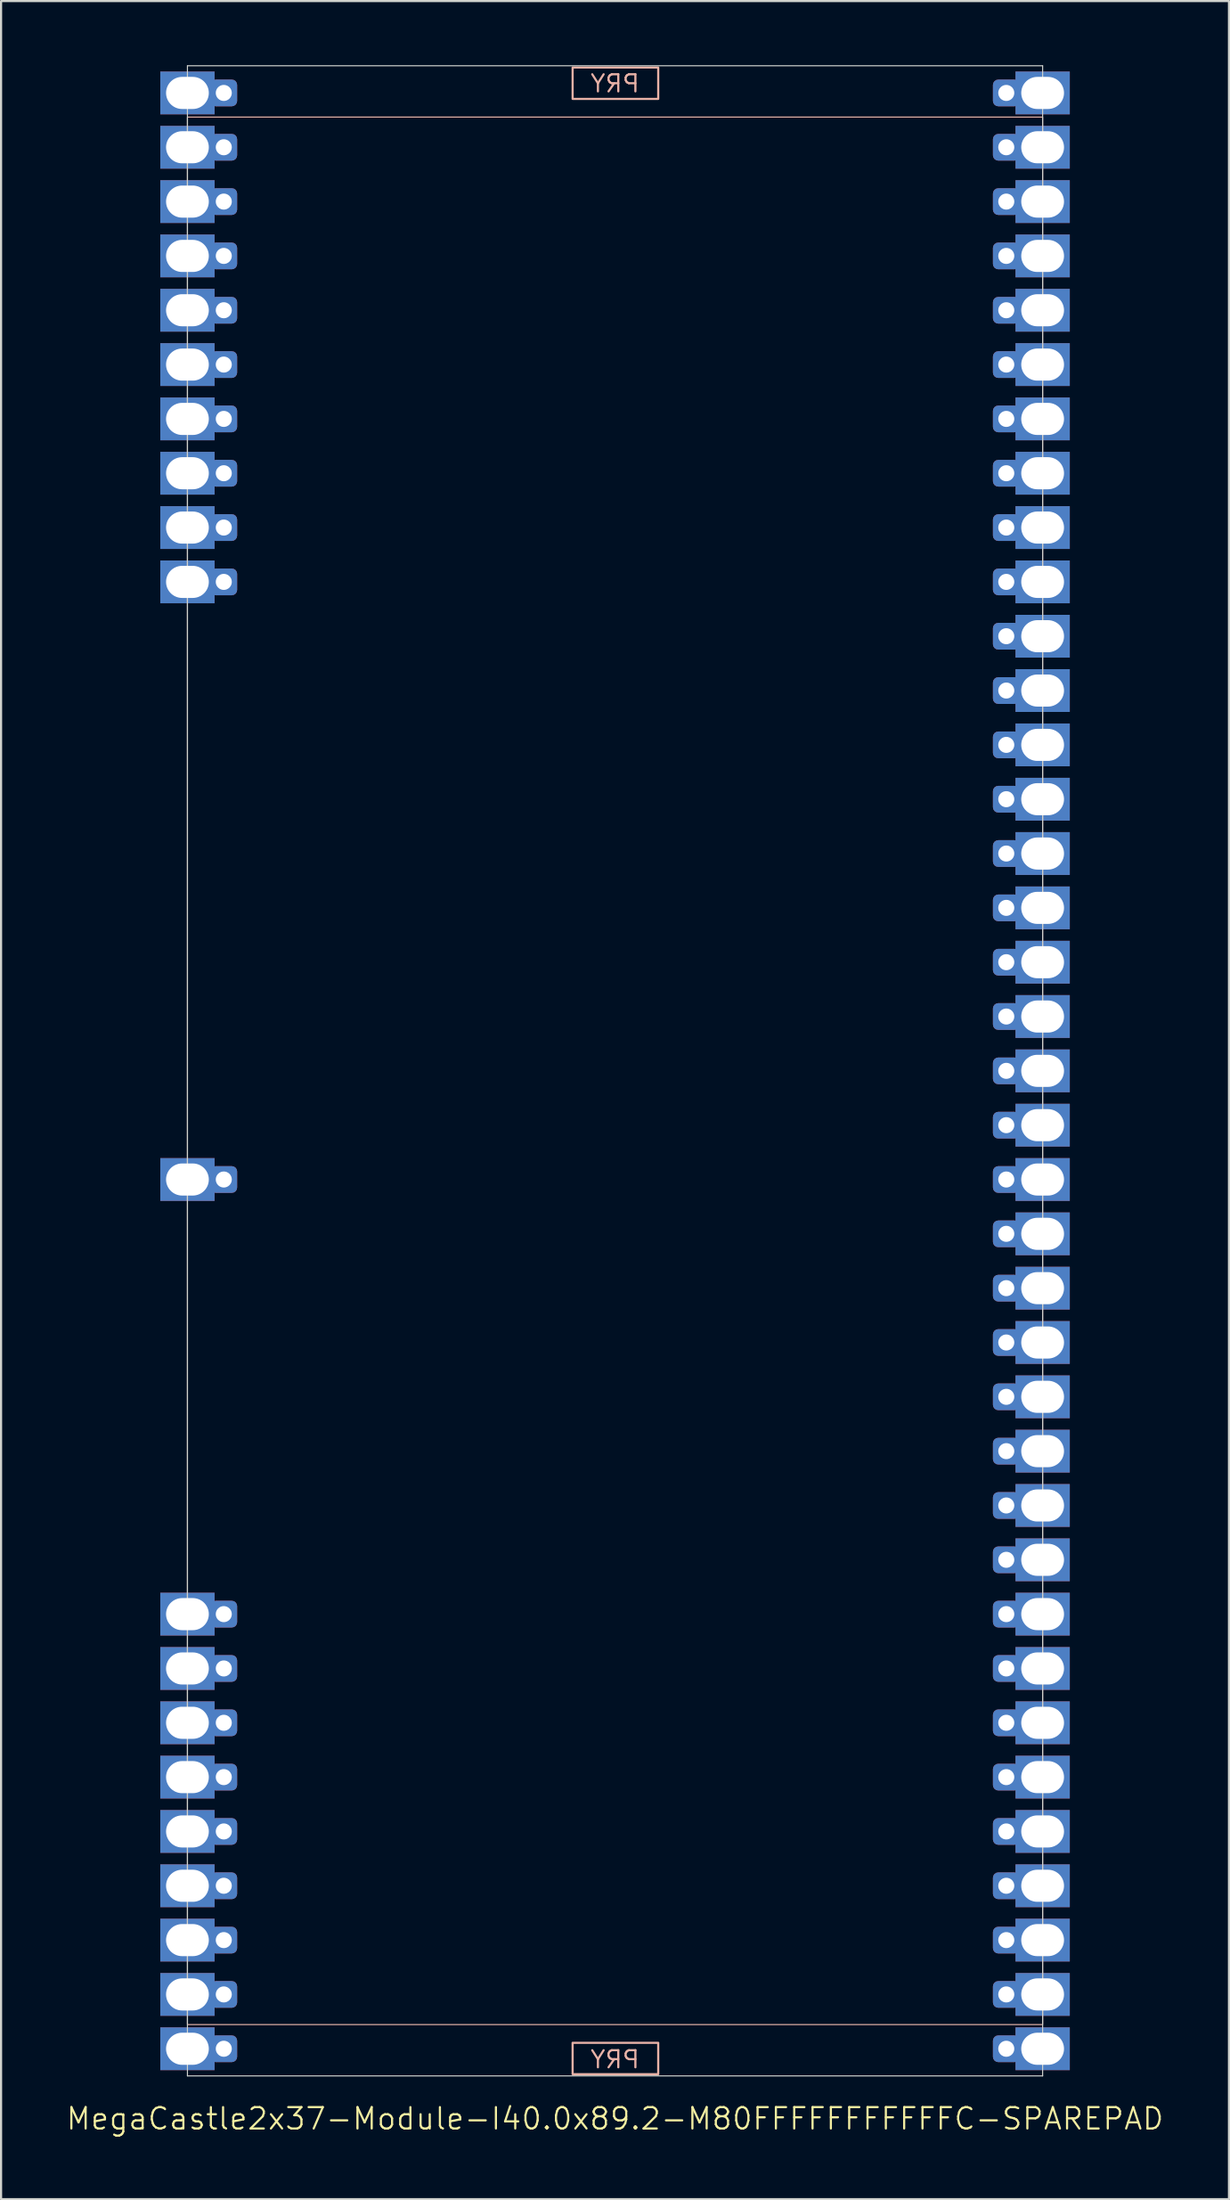
<source format=kicad_pcb>
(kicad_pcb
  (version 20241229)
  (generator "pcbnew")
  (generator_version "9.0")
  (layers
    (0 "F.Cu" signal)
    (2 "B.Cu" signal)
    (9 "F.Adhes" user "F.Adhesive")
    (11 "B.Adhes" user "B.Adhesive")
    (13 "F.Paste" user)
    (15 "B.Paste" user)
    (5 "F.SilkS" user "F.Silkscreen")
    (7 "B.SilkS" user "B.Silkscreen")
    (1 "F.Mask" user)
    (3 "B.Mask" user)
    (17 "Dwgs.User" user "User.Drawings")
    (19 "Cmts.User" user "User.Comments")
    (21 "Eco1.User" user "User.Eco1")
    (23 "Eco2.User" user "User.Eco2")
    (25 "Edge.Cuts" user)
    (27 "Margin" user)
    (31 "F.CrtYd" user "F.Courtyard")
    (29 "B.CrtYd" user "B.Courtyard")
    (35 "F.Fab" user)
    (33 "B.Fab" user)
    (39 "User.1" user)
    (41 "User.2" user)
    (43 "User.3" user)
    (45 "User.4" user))
  (footprint "MegaCastle2x37-Module-I40.0x89.2-M80FFFFFFFFFFFC-SPAREPAD"
    (layer "F.Cu")
    (at 25.717 47.015)
    (property "Reference" "MegaCastle2x37-Module-I40.0x89.2-M80FFFFFFFFFFFC-SPAREPAD" (at 0 48.99 0) (unlocked yes) (layer "F.SilkS") (effects (font (size 1 1) (thickness 0.1))))
    (attr smd)
    (fp_rect (start -20 44.59) (end 20 -44.59) (stroke (width 0.05) (type default)) (fill no) (layer "B.SilkS"))
    (fp_rect (start -1.984 -45.441) (end 2.02 -46.91) (stroke (width 0.1) (type default)) (fill no) (layer "B.SilkS"))
    (fp_rect (start -1.984 45.441) (end 2.02 46.91) (stroke (width 0.1) (type default)) (fill no) (layer "B.SilkS"))
    (fp_line (start -20 -46.99) (end -20 46.99) (stroke (width 0.05) (type default)) (layer "Edge.Cuts"))
    (fp_line (start -20 -46.99) (end 20 -46.99) (stroke (width 0.05) (type default)) (layer "Edge.Cuts"))
    (fp_line (start -20 46.99) (end 20 46.99) (stroke (width 0.05) (type default)) (layer "Edge.Cuts"))
    (fp_line (start 20 -46.99) (end 20 46.99) (stroke (width 0.05) (type default)) (layer "Edge.Cuts"))
    (fp_text user "PRY" (at 0 -45.69 0) (unlocked yes) (layer "B.SilkS") (effects (font (size 0.8 0.8) (thickness 0.1)) (justify bottom mirror)))
    (fp_text user "PRY" (at 0 46.69 0) (unlocked yes) (layer "B.SilkS") (effects (font (size 0.8 0.8) (thickness 0.1)) (justify bottom mirror)))
    (pad "1" thru_hole rect (at -20 -45.72) (size 2.54 2) (drill oval 2 1.5) (property pad_prop_castellated) (layers "*.Cu" "*.Mask"))
    (pad "1" thru_hole roundrect (at -18.3 -45.72 180) (size 1.25 1.25) (drill 0.75) (layers "*.Cu" "*.Mask") (roundrect_rratio 0.2))
    (pad "2" thru_hole rect (at -20 -43.18) (size 2.54 2) (drill oval 2 1.5) (property pad_prop_castellated) (layers "*.Cu" "*.Mask"))
    (pad "2" thru_hole roundrect (at -18.3 -43.18 180) (size 1.25 1.25) (drill 0.75) (layers "*.Cu" "*.Mask") (roundrect_rratio 0.2))
    (pad "3" thru_hole rect (at -20 -40.64) (size 2.54 2) (drill oval 2 1.5) (property pad_prop_castellated) (layers "*.Cu" "*.Mask"))
    (pad "3" thru_hole roundrect (at -18.3 -40.64 180) (size 1.25 1.25) (drill 0.75) (layers "*.Cu" "*.Mask") (roundrect_rratio 0.2))
    (pad "4" thru_hole rect (at -20 -38.1) (size 2.54 2) (drill oval 2 1.5) (property pad_prop_castellated) (layers "*.Cu" "*.Mask"))
    (pad "4" thru_hole roundrect (at -18.3 -38.1 180) (size 1.25 1.25) (drill 0.75) (layers "*.Cu" "*.Mask") (roundrect_rratio 0.2))
    (pad "5" thru_hole rect (at -20 -35.56) (size 2.54 2) (drill oval 2 1.5) (property pad_prop_castellated) (layers "*.Cu" "*.Mask"))
    (pad "5" thru_hole roundrect (at -18.3 -35.56 180) (size 1.25 1.25) (drill 0.75) (layers "*.Cu" "*.Mask") (roundrect_rratio 0.2))
    (pad "6" thru_hole rect (at -20 -33.02) (size 2.54 2) (drill oval 2 1.5) (property pad_prop_castellated) (layers "*.Cu" "*.Mask"))
    (pad "6" thru_hole roundrect (at -18.3 -33.02 180) (size 1.25 1.25) (drill 0.75) (layers "*.Cu" "*.Mask") (roundrect_rratio 0.2))
    (pad "7" thru_hole rect (at -20 -30.48) (size 2.54 2) (drill oval 2 1.5) (property pad_prop_castellated) (layers "*.Cu" "*.Mask"))
    (pad "7" thru_hole roundrect (at -18.3 -30.48 180) (size 1.25 1.25) (drill 0.75) (layers "*.Cu" "*.Mask") (roundrect_rratio 0.2))
    (pad "8" thru_hole rect (at -20 -27.94) (size 2.54 2) (drill oval 2 1.5) (property pad_prop_castellated) (layers "*.Cu" "*.Mask"))
    (pad "8" thru_hole roundrect (at -18.3 -27.94 180) (size 1.25 1.25) (drill 0.75) (layers "*.Cu" "*.Mask") (roundrect_rratio 0.2))
    (pad "9" thru_hole rect (at -20 -25.4) (size 2.54 2) (drill oval 2 1.5) (property pad_prop_castellated) (layers "*.Cu" "*.Mask"))
    (pad "9" thru_hole roundrect (at -18.3 -25.4 180) (size 1.25 1.25) (drill 0.75) (layers "*.Cu" "*.Mask") (roundrect_rratio 0.2))
    (pad "10" thru_hole rect (at -20 -22.86) (size 2.54 2) (drill oval 2 1.5) (property pad_prop_castellated) (layers "*.Cu" "*.Mask"))
    (pad "10" thru_hole roundrect (at -18.3 -22.86 180) (size 1.25 1.25) (drill 0.75) (layers "*.Cu" "*.Mask") (roundrect_rratio 0.2))
    (pad "21" thru_hole rect (at -20 5.08) (size 2.54 2) (drill oval 2 1.5) (property pad_prop_castellated) (layers "*.Cu" "*.Mask"))
    (pad "21" thru_hole roundrect (at -18.3 5.08 180) (size 1.25 1.25) (drill 0.75) (layers "*.Cu" "*.Mask") (roundrect_rratio 0.2))
    (pad "29" thru_hole rect (at -20 25.4) (size 2.54 2) (drill oval 2 1.5) (property pad_prop_castellated) (layers "*.Cu" "*.Mask"))
    (pad "29" thru_hole roundrect (at -18.3 25.4 180) (size 1.25 1.25) (drill 0.75) (layers "*.Cu" "*.Mask") (roundrect_rratio 0.2))
    (pad "30" thru_hole rect (at -20 27.94) (size 2.54 2) (drill oval 2 1.5) (property pad_prop_castellated) (layers "*.Cu" "*.Mask"))
    (pad "30" thru_hole roundrect (at -18.3 27.94 180) (size 1.25 1.25) (drill 0.75) (layers "*.Cu" "*.Mask") (roundrect_rratio 0.2))
    (pad "31" thru_hole rect (at -20 30.48) (size 2.54 2) (drill oval 2 1.5) (property pad_prop_castellated) (layers "*.Cu" "*.Mask"))
    (pad "31" thru_hole roundrect (at -18.3 30.48 180) (size 1.25 1.25) (drill 0.75) (layers "*.Cu" "*.Mask") (roundrect_rratio 0.2))
    (pad "32" thru_hole rect (at -20 33.02) (size 2.54 2) (drill oval 2 1.5) (property pad_prop_castellated) (layers "*.Cu" "*.Mask"))
    (pad "32" thru_hole roundrect (at -18.3 33.02 180) (size 1.25 1.25) (drill 0.75) (layers "*.Cu" "*.Mask") (roundrect_rratio 0.2))
    (pad "33" thru_hole rect (at -20 35.56) (size 2.54 2) (drill oval 2 1.5) (property pad_prop_castellated) (layers "*.Cu" "*.Mask"))
    (pad "33" thru_hole roundrect (at -18.3 35.56 180) (size 1.25 1.25) (drill 0.75) (layers "*.Cu" "*.Mask") (roundrect_rratio 0.2))
    (pad "34" thru_hole rect (at -20 38.1) (size 2.54 2) (drill oval 2 1.5) (property pad_prop_castellated) (layers "*.Cu" "*.Mask"))
    (pad "34" thru_hole roundrect (at -18.3 38.1 180) (size 1.25 1.25) (drill 0.75) (layers "*.Cu" "*.Mask") (roundrect_rratio 0.2))
    (pad "35" thru_hole rect (at -20 40.64) (size 2.54 2) (drill oval 2 1.5) (property pad_prop_castellated) (layers "*.Cu" "*.Mask"))
    (pad "35" thru_hole roundrect (at -18.3 40.64 180) (size 1.25 1.25) (drill 0.75) (layers "*.Cu" "*.Mask") (roundrect_rratio 0.2))
    (pad "36" thru_hole rect (at -20 43.18) (size 2.54 2) (drill oval 2 1.5) (property pad_prop_castellated) (layers "*.Cu" "*.Mask"))
    (pad "36" thru_hole roundrect (at -18.3 43.18 180) (size 1.25 1.25) (drill 0.75) (layers "*.Cu" "*.Mask") (roundrect_rratio 0.2))
    (pad "37" thru_hole rect (at -20 45.72) (size 2.54 2) (drill oval 2 1.5) (property pad_prop_castellated) (layers "*.Cu" "*.Mask"))
    (pad "37" thru_hole roundrect (at -18.3 45.72 180) (size 1.25 1.25) (drill 0.75) (layers "*.Cu" "*.Mask") (roundrect_rratio 0.2))
    (pad "38" thru_hole roundrect (at 18.3 -45.72 180) (size 1.25 1.25) (drill 0.75) (layers "*.Cu" "*.Mask") (roundrect_rratio 0.2))
    (pad "38" thru_hole rect (at 20 -45.72) (size 2.54 2) (drill oval 2 1.5) (property pad_prop_castellated) (layers "*.Cu" "*.Mask"))
    (pad "39" thru_hole roundrect (at 18.3 -43.18 180) (size 1.25 1.25) (drill 0.75) (layers "*.Cu" "*.Mask") (roundrect_rratio 0.2))
    (pad "39" thru_hole rect (at 20 -43.18) (size 2.54 2) (drill oval 2 1.5) (property pad_prop_castellated) (layers "*.Cu" "*.Mask"))
    (pad "40" thru_hole roundrect (at 18.3 -40.64 180) (size 1.25 1.25) (drill 0.75) (layers "*.Cu" "*.Mask") (roundrect_rratio 0.2))
    (pad "40" thru_hole rect (at 20 -40.64) (size 2.54 2) (drill oval 2 1.5) (property pad_prop_castellated) (layers "*.Cu" "*.Mask"))
    (pad "41" thru_hole roundrect (at 18.3 -38.1 180) (size 1.25 1.25) (drill 0.75) (layers "*.Cu" "*.Mask") (roundrect_rratio 0.2))
    (pad "41" thru_hole rect (at 20 -38.1) (size 2.54 2) (drill oval 2 1.5) (property pad_prop_castellated) (layers "*.Cu" "*.Mask"))
    (pad "42" thru_hole roundrect (at 18.3 -35.56 180) (size 1.25 1.25) (drill 0.75) (layers "*.Cu" "*.Mask") (roundrect_rratio 0.2))
    (pad "42" thru_hole rect (at 20 -35.56) (size 2.54 2) (drill oval 2 1.5) (property pad_prop_castellated) (layers "*.Cu" "*.Mask"))
    (pad "43" thru_hole roundrect (at 18.3 -33.02 180) (size 1.25 1.25) (drill 0.75) (layers "*.Cu" "*.Mask") (roundrect_rratio 0.2))
    (pad "43" thru_hole rect (at 20 -33.02) (size 2.54 2) (drill oval 2 1.5) (property pad_prop_castellated) (layers "*.Cu" "*.Mask"))
    (pad "44" thru_hole roundrect (at 18.3 -30.48 180) (size 1.25 1.25) (drill 0.75) (layers "*.Cu" "*.Mask") (roundrect_rratio 0.2))
    (pad "44" thru_hole rect (at 20 -30.48) (size 2.54 2) (drill oval 2 1.5) (property pad_prop_castellated) (layers "*.Cu" "*.Mask"))
    (pad "45" thru_hole roundrect (at 18.3 -27.94 180) (size 1.25 1.25) (drill 0.75) (layers "*.Cu" "*.Mask") (roundrect_rratio 0.2))
    (pad "45" thru_hole rect (at 20 -27.94) (size 2.54 2) (drill oval 2 1.5) (property pad_prop_castellated) (layers "*.Cu" "*.Mask"))
    (pad "46" thru_hole roundrect (at 18.3 -25.4 180) (size 1.25 1.25) (drill 0.75) (layers "*.Cu" "*.Mask") (roundrect_rratio 0.2))
    (pad "46" thru_hole rect (at 20 -25.4) (size 2.54 2) (drill oval 2 1.5) (property pad_prop_castellated) (layers "*.Cu" "*.Mask"))
    (pad "47" thru_hole roundrect (at 18.3 -22.86 180) (size 1.25 1.25) (drill 0.75) (layers "*.Cu" "*.Mask") (roundrect_rratio 0.2))
    (pad "47" thru_hole rect (at 20 -22.86) (size 2.54 2) (drill oval 2 1.5) (property pad_prop_castellated) (layers "*.Cu" "*.Mask"))
    (pad "48" thru_hole roundrect (at 18.3 -20.32 180) (size 1.25 1.25) (drill 0.75) (layers "*.Cu" "*.Mask") (roundrect_rratio 0.2))
    (pad "48" thru_hole rect (at 20 -20.32) (size 2.54 2) (drill oval 2 1.5) (property pad_prop_castellated) (layers "*.Cu" "*.Mask"))
    (pad "49" thru_hole roundrect (at 18.3 -17.78 180) (size 1.25 1.25) (drill 0.75) (layers "*.Cu" "*.Mask") (roundrect_rratio 0.2))
    (pad "49" thru_hole rect (at 20 -17.78) (size 2.54 2) (drill oval 2 1.5) (property pad_prop_castellated) (layers "*.Cu" "*.Mask"))
    (pad "50" thru_hole roundrect (at 18.3 -15.24 180) (size 1.25 1.25) (drill 0.75) (layers "*.Cu" "*.Mask") (roundrect_rratio 0.2))
    (pad "50" thru_hole rect (at 20 -15.24) (size 2.54 2) (drill oval 2 1.5) (property pad_prop_castellated) (layers "*.Cu" "*.Mask"))
    (pad "51" thru_hole roundrect (at 18.3 -12.7 180) (size 1.25 1.25) (drill 0.75) (layers "*.Cu" "*.Mask") (roundrect_rratio 0.2))
    (pad "51" thru_hole rect (at 20 -12.7) (size 2.54 2) (drill oval 2 1.5) (property pad_prop_castellated) (layers "*.Cu" "*.Mask"))
    (pad "52" thru_hole roundrect (at 18.3 -10.16 180) (size 1.25 1.25) (drill 0.75) (layers "*.Cu" "*.Mask") (roundrect_rratio 0.2))
    (pad "52" thru_hole rect (at 20 -10.16) (size 2.54 2) (drill oval 2 1.5) (property pad_prop_castellated) (layers "*.Cu" "*.Mask"))
    (pad "53" thru_hole roundrect (at 18.3 -7.62 180) (size 1.25 1.25) (drill 0.75) (layers "*.Cu" "*.Mask") (roundrect_rratio 0.2))
    (pad "53" thru_hole rect (at 20 -7.62) (size 2.54 2) (drill oval 2 1.5) (property pad_prop_castellated) (layers "*.Cu" "*.Mask"))
    (pad "54" thru_hole roundrect (at 18.3 -5.08 180) (size 1.25 1.25) (drill 0.75) (layers "*.Cu" "*.Mask") (roundrect_rratio 0.2))
    (pad "54" thru_hole rect (at 20 -5.08) (size 2.54 2) (drill oval 2 1.5) (property pad_prop_castellated) (layers "*.Cu" "*.Mask"))
    (pad "55" thru_hole roundrect (at 18.3 -2.54 180) (size 1.25 1.25) (drill 0.75) (layers "*.Cu" "*.Mask") (roundrect_rratio 0.2))
    (pad "55" thru_hole rect (at 20 -2.54) (size 2.54 2) (drill oval 2 1.5) (property pad_prop_castellated) (layers "*.Cu" "*.Mask"))
    (pad "56" thru_hole roundrect (at 18.3 0 180) (size 1.25 1.25) (drill 0.75) (layers "*.Cu" "*.Mask") (roundrect_rratio 0.2))
    (pad "56" thru_hole rect (at 20 0) (size 2.54 2) (drill oval 2 1.5) (property pad_prop_castellated) (layers "*.Cu" "*.Mask"))
    (pad "57" thru_hole roundrect (at 18.3 2.54 180) (size 1.25 1.25) (drill 0.75) (layers "*.Cu" "*.Mask") (roundrect_rratio 0.2))
    (pad "57" thru_hole rect (at 20 2.54) (size 2.54 2) (drill oval 2 1.5) (property pad_prop_castellated) (layers "*.Cu" "*.Mask"))
    (pad "58" thru_hole roundrect (at 18.3 5.08 180) (size 1.25 1.25) (drill 0.75) (layers "*.Cu" "*.Mask") (roundrect_rratio 0.2))
    (pad "58" thru_hole rect (at 20 5.08) (size 2.54 2) (drill oval 2 1.5) (property pad_prop_castellated) (layers "*.Cu" "*.Mask"))
    (pad "59" thru_hole roundrect (at 18.3 7.62 180) (size 1.25 1.25) (drill 0.75) (layers "*.Cu" "*.Mask") (roundrect_rratio 0.2))
    (pad "59" thru_hole rect (at 20 7.62) (size 2.54 2) (drill oval 2 1.5) (property pad_prop_castellated) (layers "*.Cu" "*.Mask"))
    (pad "60" thru_hole roundrect (at 18.3 10.16 180) (size 1.25 1.25) (drill 0.75) (layers "*.Cu" "*.Mask") (roundrect_rratio 0.2))
    (pad "60" thru_hole rect (at 20 10.16) (size 2.54 2) (drill oval 2 1.5) (property pad_prop_castellated) (layers "*.Cu" "*.Mask"))
    (pad "61" thru_hole roundrect (at 18.3 12.7 180) (size 1.25 1.25) (drill 0.75) (layers "*.Cu" "*.Mask") (roundrect_rratio 0.2))
    (pad "61" thru_hole rect (at 20 12.7) (size 2.54 2) (drill oval 2 1.5) (property pad_prop_castellated) (layers "*.Cu" "*.Mask"))
    (pad "62" thru_hole roundrect (at 18.3 15.24 180) (size 1.25 1.25) (drill 0.75) (layers "*.Cu" "*.Mask") (roundrect_rratio 0.2))
    (pad "62" thru_hole rect (at 20 15.24) (size 2.54 2) (drill oval 2 1.5) (property pad_prop_castellated) (layers "*.Cu" "*.Mask"))
    (pad "63" thru_hole roundrect (at 18.3 17.78 180) (size 1.25 1.25) (drill 0.75) (layers "*.Cu" "*.Mask") (roundrect_rratio 0.2))
    (pad "63" thru_hole rect (at 20 17.78) (size 2.54 2) (drill oval 2 1.5) (property pad_prop_castellated) (layers "*.Cu" "*.Mask"))
    (pad "64" thru_hole roundrect (at 18.3 20.32 180) (size 1.25 1.25) (drill 0.75) (layers "*.Cu" "*.Mask") (roundrect_rratio 0.2))
    (pad "64" thru_hole rect (at 20 20.32) (size 2.54 2) (drill oval 2 1.5) (property pad_prop_castellated) (layers "*.Cu" "*.Mask"))
    (pad "65" thru_hole roundrect (at 18.3 22.86 180) (size 1.25 1.25) (drill 0.75) (layers "*.Cu" "*.Mask") (roundrect_rratio 0.2))
    (pad "65" thru_hole rect (at 20 22.86) (size 2.54 2) (drill oval 2 1.5) (property pad_prop_castellated) (layers "*.Cu" "*.Mask"))
    (pad "66" thru_hole roundrect (at 18.3 25.4 180) (size 1.25 1.25) (drill 0.75) (layers "*.Cu" "*.Mask") (roundrect_rratio 0.2))
    (pad "66" thru_hole rect (at 20 25.4) (size 2.54 2) (drill oval 2 1.5) (property pad_prop_castellated) (layers "*.Cu" "*.Mask"))
    (pad "67" thru_hole roundrect (at 18.3 27.94 180) (size 1.25 1.25) (drill 0.75) (layers "*.Cu" "*.Mask") (roundrect_rratio 0.2))
    (pad "67" thru_hole rect (at 20 27.94) (size 2.54 2) (drill oval 2 1.5) (property pad_prop_castellated) (layers "*.Cu" "*.Mask"))
    (pad "68" thru_hole roundrect (at 18.3 30.48 180) (size 1.25 1.25) (drill 0.75) (layers "*.Cu" "*.Mask") (roundrect_rratio 0.2))
    (pad "68" thru_hole rect (at 20 30.48) (size 2.54 2) (drill oval 2 1.5) (property pad_prop_castellated) (layers "*.Cu" "*.Mask"))
    (pad "69" thru_hole roundrect (at 18.3 33.02 180) (size 1.25 1.25) (drill 0.75) (layers "*.Cu" "*.Mask") (roundrect_rratio 0.2))
    (pad "69" thru_hole rect (at 20 33.02) (size 2.54 2) (drill oval 2 1.5) (property pad_prop_castellated) (layers "*.Cu" "*.Mask"))
    (pad "70" thru_hole roundrect (at 18.3 35.56 180) (size 1.25 1.25) (drill 0.75) (layers "*.Cu" "*.Mask") (roundrect_rratio 0.2))
    (pad "70" thru_hole rect (at 20 35.56) (size 2.54 2) (drill oval 2 1.5) (property pad_prop_castellated) (layers "*.Cu" "*.Mask"))
    (pad "71" thru_hole roundrect (at 18.3 38.1 180) (size 1.25 1.25) (drill 0.75) (layers "*.Cu" "*.Mask") (roundrect_rratio 0.2))
    (pad "71" thru_hole rect (at 20 38.1) (size 2.54 2) (drill oval 2 1.5) (property pad_prop_castellated) (layers "*.Cu" "*.Mask"))
    (pad "72" thru_hole roundrect (at 18.3 40.64 180) (size 1.25 1.25) (drill 0.75) (layers "*.Cu" "*.Mask") (roundrect_rratio 0.2))
    (pad "72" thru_hole rect (at 20 40.64) (size 2.54 2) (drill oval 2 1.5) (property pad_prop_castellated) (layers "*.Cu" "*.Mask"))
    (pad "73" thru_hole roundrect (at 18.3 43.18 180) (size 1.25 1.25) (drill 0.75) (layers "*.Cu" "*.Mask") (roundrect_rratio 0.2))
    (pad "73" thru_hole rect (at 20 43.18) (size 2.54 2) (drill oval 2 1.5) (property pad_prop_castellated) (layers "*.Cu" "*.Mask"))
    (pad "74" thru_hole roundrect (at 18.3 45.72 180) (size 1.25 1.25) (drill 0.75) (layers "*.Cu" "*.Mask") (roundrect_rratio 0.2))
    (pad "74" thru_hole rect (at 20 45.72) (size 2.54 2) (drill oval 2 1.5) (property pad_prop_castellated) (layers "*.Cu" "*.Mask"))
    (zone (net_name "") (layer "B.Cu") (hatch edge 0.5) (connect_pads) (min_thickness 0.25) (filled_areas_thickness no) (keepout (tracks allowed) (vias allowed) (pads allowed) (copperpour allowed) (footprints not_allowed)) (placement (enabled no)) (fill) (polygon (pts (xy 5.717 94.005) (xy 5.717 0.025))))
    (zone (net_name "") (layer "B.Cu") (hatch edge 0.5) (connect_pads) (min_thickness 0.25) (filled_areas_thickness no) (keepout (tracks allowed) (vias allowed) (pads allowed) (copperpour allowed) (footprints not_allowed)) (placement (enabled no)) (fill) (polygon (pts (xy 45.717 94.005) (xy 45.717 0.025))))
    (zone (net_name "") (layer "B.Cu") (hatch edge 0.5) (connect_pads) (min_thickness 0.25) (filled_areas_thickness no) (keepout (tracks allowed) (vias allowed) (pads allowed) (copperpour allowed) (footprints not_allowed)) (placement (enabled no)) (fill) (polygon (pts (xy 5.717 0.025) (xy 5.717 2.425) (xy 45.717 2.425) (xy 45.717 0.025))))
    (zone (net_name "") (layer "B.Cu") (hatch edge 0.5) (connect_pads) (min_thickness 0.25) (filled_areas_thickness no) (keepout (tracks allowed) (vias allowed) (pads allowed) (copperpour allowed) (footprints not_allowed)) (placement (enabled no)) (fill) (polygon (pts (xy 5.717 94.005) (xy 5.717 91.605) (xy 45.717 91.605) (xy 45.717 94.005))))
    (zone (net_name "") (layer "B.Cu") (name "Upper Pry Zone") (hatch edge 0.5) (connect_pads) (min_thickness 0.25) (filled_areas_thickness no) (keepout (tracks not_allowed) (vias not_allowed) (pads not_allowed) (copperpour allowed) (footprints not_allowed)) (placement (enabled no)) (fill) (polygon (pts (xy 23.732 1.574) (xy 23.732 0.105) (xy 27.736 0.105) (xy 27.736 1.574))))
    (zone (net_name "") (layer "B.Cu") (name "Upper Pry Zone") (hatch edge 0.5) (connect_pads) (min_thickness 0.25) (filled_areas_thickness no) (keepout (tracks not_allowed) (vias not_allowed) (pads not_allowed) (copperpour allowed) (footprints not_allowed)) (placement (enabled no)) (fill) (polygon (pts (xy 23.732 92.456) (xy 23.732 93.925) (xy 27.736 93.925) (xy 27.736 92.456)))))
  (gr_rect
    (start -3 -3)
    (end 54.433 99.766)
    (stroke (width 0.1) (type default))
    (fill no)
    (layer "Edge.Cuts")))
</source>
